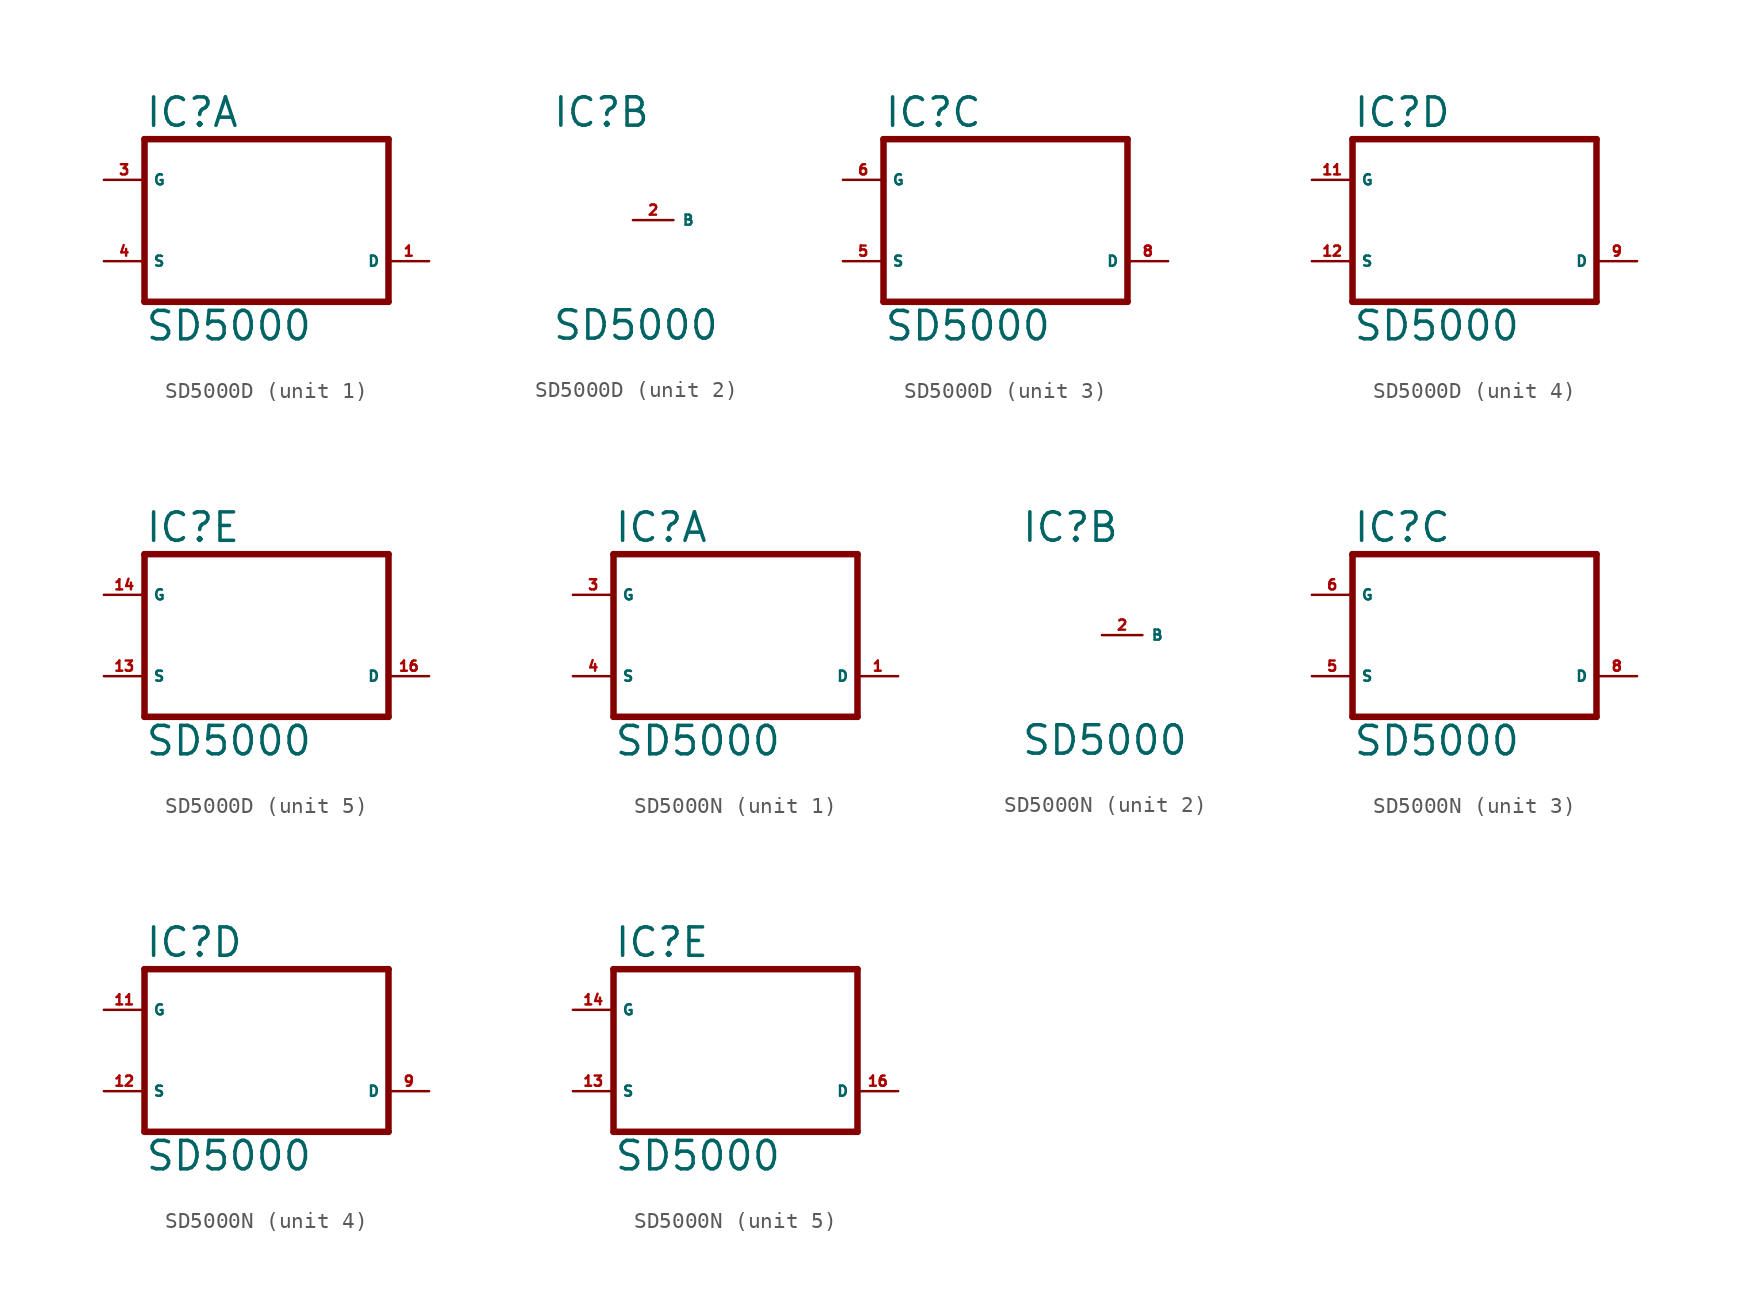
<source format=kicad_sym>
(kicad_symbol_lib
  (version 20220914)
  (generator Eagle2Kicad)
  (symbol "SD5000D"
    (property "Reference" "IC"
      (at -7.62 5.715 0)
      (effects (font (size 1.778 1.778) (thickness 0.22)) (justify left bottom)))
    (property "Value" "SD5000"
      (at -7.62 -7.62 0)
      (effects (font (size 1.778 1.778) (thickness 0.22)) (justify left bottom)))
    (symbol "SD5000D_1_0"
      (polyline (pts (xy 7.62 5.08) (xy -7.62 5.08)) (stroke (width 0.406) (type default)) (fill (type none)))
      (polyline (pts (xy -7.62 5.08) (xy -7.62 -5.08)) (stroke (width 0.406) (type default)) (fill (type none)))
      (polyline (pts (xy -7.62 -5.08) (xy 7.62 -5.08)) (stroke (width 0.406) (type default)) (fill (type none)))
      (polyline (pts (xy 7.62 -5.08) (xy 7.62 5.08)) (stroke (width 0.406) (type default)) (fill (type none)))
      (pin input line (at -10.16 -2.54 0) (length 2.54) (name "S" (effects (font (size 0.635 0.635) (thickness 0.08)) (justify left bottom))) (number "4" (effects (font (size 0.635 0.635) (thickness 0.08)) (justify left bottom))))
      (pin output line (at 10.16 -2.54 180) (length 2.54) (name "D" (effects (font (size 0.635 0.635) (thickness 0.08)) (justify left bottom))) (number "1" (effects (font (size 0.635 0.635) (thickness 0.08)) (justify left bottom))))
      (pin input line (at -10.16 2.54 0) (length 2.54) (name "G" (effects (font (size 0.635 0.635) (thickness 0.08)) (justify left bottom))) (number "3" (effects (font (size 0.635 0.635) (thickness 0.08)) (justify left bottom)))))
    (symbol "SD5000D_2_0"
      (pin unspecified line (at -2.54 0 0) (length 2.54) (name "B" (effects (font (size 0.635 0.635) (thickness 0.08)) (justify left bottom))) (number "2" (effects (font (size 0.635 0.635) (thickness 0.08)) (justify left bottom)))))
    (symbol "SD5000D_3_0"
      (polyline (pts (xy 7.62 5.08) (xy -7.62 5.08)) (stroke (width 0.406) (type default)) (fill (type none)))
      (polyline (pts (xy -7.62 5.08) (xy -7.62 -5.08)) (stroke (width 0.406) (type default)) (fill (type none)))
      (polyline (pts (xy -7.62 -5.08) (xy 7.62 -5.08)) (stroke (width 0.406) (type default)) (fill (type none)))
      (polyline (pts (xy 7.62 -5.08) (xy 7.62 5.08)) (stroke (width 0.406) (type default)) (fill (type none)))
      (pin input line (at -10.16 -2.54 0) (length 2.54) (name "S" (effects (font (size 0.635 0.635) (thickness 0.08)) (justify left bottom))) (number "5" (effects (font (size 0.635 0.635) (thickness 0.08)) (justify left bottom))))
      (pin output line (at 10.16 -2.54 180) (length 2.54) (name "D" (effects (font (size 0.635 0.635) (thickness 0.08)) (justify left bottom))) (number "8" (effects (font (size 0.635 0.635) (thickness 0.08)) (justify left bottom))))
      (pin input line (at -10.16 2.54 0) (length 2.54) (name "G" (effects (font (size 0.635 0.635) (thickness 0.08)) (justify left bottom))) (number "6" (effects (font (size 0.635 0.635) (thickness 0.08)) (justify left bottom)))))
    (symbol "SD5000D_4_0"
      (polyline (pts (xy 7.62 5.08) (xy -7.62 5.08)) (stroke (width 0.406) (type default)) (fill (type none)))
      (polyline (pts (xy -7.62 5.08) (xy -7.62 -5.08)) (stroke (width 0.406) (type default)) (fill (type none)))
      (polyline (pts (xy -7.62 -5.08) (xy 7.62 -5.08)) (stroke (width 0.406) (type default)) (fill (type none)))
      (polyline (pts (xy 7.62 -5.08) (xy 7.62 5.08)) (stroke (width 0.406) (type default)) (fill (type none)))
      (pin input line (at -10.16 -2.54 0) (length 2.54) (name "S" (effects (font (size 0.635 0.635) (thickness 0.08)) (justify left bottom))) (number "12" (effects (font (size 0.635 0.635) (thickness 0.08)) (justify left bottom))))
      (pin output line (at 10.16 -2.54 180) (length 2.54) (name "D" (effects (font (size 0.635 0.635) (thickness 0.08)) (justify left bottom))) (number "9" (effects (font (size 0.635 0.635) (thickness 0.08)) (justify left bottom))))
      (pin input line (at -10.16 2.54 0) (length 2.54) (name "G" (effects (font (size 0.635 0.635) (thickness 0.08)) (justify left bottom))) (number "11" (effects (font (size 0.635 0.635) (thickness 0.08)) (justify left bottom)))))
    (symbol "SD5000D_5_0"
      (polyline (pts (xy 7.62 5.08) (xy -7.62 5.08)) (stroke (width 0.406) (type default)) (fill (type none)))
      (polyline (pts (xy -7.62 5.08) (xy -7.62 -5.08)) (stroke (width 0.406) (type default)) (fill (type none)))
      (polyline (pts (xy -7.62 -5.08) (xy 7.62 -5.08)) (stroke (width 0.406) (type default)) (fill (type none)))
      (polyline (pts (xy 7.62 -5.08) (xy 7.62 5.08)) (stroke (width 0.406) (type default)) (fill (type none)))
      (pin input line (at -10.16 -2.54 0) (length 2.54) (name "S" (effects (font (size 0.635 0.635) (thickness 0.08)) (justify left bottom))) (number "13" (effects (font (size 0.635 0.635) (thickness 0.08)) (justify left bottom))))
      (pin output line (at 10.16 -2.54 180) (length 2.54) (name "D" (effects (font (size 0.635 0.635) (thickness 0.08)) (justify left bottom))) (number "16" (effects (font (size 0.635 0.635) (thickness 0.08)) (justify left bottom))))
      (pin input line (at -10.16 2.54 0) (length 2.54) (name "G" (effects (font (size 0.635 0.635) (thickness 0.08)) (justify left bottom))) (number "14" (effects (font (size 0.635 0.635) (thickness 0.08)) (justify left bottom))))))
  (symbol "SD5000N"
    (property "Reference" "IC"
      (at -7.62 5.715 0)
      (effects (font (size 1.778 1.778) (thickness 0.22)) (justify left bottom)))
    (property "Value" "SD5000"
      (at -7.62 -7.62 0)
      (effects (font (size 1.778 1.778) (thickness 0.22)) (justify left bottom)))
    (symbol "SD5000N_1_0"
      (polyline (pts (xy 7.62 5.08) (xy -7.62 5.08)) (stroke (width 0.406) (type default)) (fill (type none)))
      (polyline (pts (xy -7.62 5.08) (xy -7.62 -5.08)) (stroke (width 0.406) (type default)) (fill (type none)))
      (polyline (pts (xy -7.62 -5.08) (xy 7.62 -5.08)) (stroke (width 0.406) (type default)) (fill (type none)))
      (polyline (pts (xy 7.62 -5.08) (xy 7.62 5.08)) (stroke (width 0.406) (type default)) (fill (type none)))
      (pin input line (at -10.16 -2.54 0) (length 2.54) (name "S" (effects (font (size 0.635 0.635) (thickness 0.08)) (justify left bottom))) (number "4" (effects (font (size 0.635 0.635) (thickness 0.08)) (justify left bottom))))
      (pin output line (at 10.16 -2.54 180) (length 2.54) (name "D" (effects (font (size 0.635 0.635) (thickness 0.08)) (justify left bottom))) (number "1" (effects (font (size 0.635 0.635) (thickness 0.08)) (justify left bottom))))
      (pin input line (at -10.16 2.54 0) (length 2.54) (name "G" (effects (font (size 0.635 0.635) (thickness 0.08)) (justify left bottom))) (number "3" (effects (font (size 0.635 0.635) (thickness 0.08)) (justify left bottom)))))
    (symbol "SD5000N_2_0"
      (pin unspecified line (at -2.54 0 0) (length 2.54) (name "B" (effects (font (size 0.635 0.635) (thickness 0.08)) (justify left bottom))) (number "2" (effects (font (size 0.635 0.635) (thickness 0.08)) (justify left bottom)))))
    (symbol "SD5000N_3_0"
      (polyline (pts (xy 7.62 5.08) (xy -7.62 5.08)) (stroke (width 0.406) (type default)) (fill (type none)))
      (polyline (pts (xy -7.62 5.08) (xy -7.62 -5.08)) (stroke (width 0.406) (type default)) (fill (type none)))
      (polyline (pts (xy -7.62 -5.08) (xy 7.62 -5.08)) (stroke (width 0.406) (type default)) (fill (type none)))
      (polyline (pts (xy 7.62 -5.08) (xy 7.62 5.08)) (stroke (width 0.406) (type default)) (fill (type none)))
      (pin input line (at -10.16 -2.54 0) (length 2.54) (name "S" (effects (font (size 0.635 0.635) (thickness 0.08)) (justify left bottom))) (number "5" (effects (font (size 0.635 0.635) (thickness 0.08)) (justify left bottom))))
      (pin output line (at 10.16 -2.54 180) (length 2.54) (name "D" (effects (font (size 0.635 0.635) (thickness 0.08)) (justify left bottom))) (number "8" (effects (font (size 0.635 0.635) (thickness 0.08)) (justify left bottom))))
      (pin input line (at -10.16 2.54 0) (length 2.54) (name "G" (effects (font (size 0.635 0.635) (thickness 0.08)) (justify left bottom))) (number "6" (effects (font (size 0.635 0.635) (thickness 0.08)) (justify left bottom)))))
    (symbol "SD5000N_4_0"
      (polyline (pts (xy 7.62 5.08) (xy -7.62 5.08)) (stroke (width 0.406) (type default)) (fill (type none)))
      (polyline (pts (xy -7.62 5.08) (xy -7.62 -5.08)) (stroke (width 0.406) (type default)) (fill (type none)))
      (polyline (pts (xy -7.62 -5.08) (xy 7.62 -5.08)) (stroke (width 0.406) (type default)) (fill (type none)))
      (polyline (pts (xy 7.62 -5.08) (xy 7.62 5.08)) (stroke (width 0.406) (type default)) (fill (type none)))
      (pin input line (at -10.16 -2.54 0) (length 2.54) (name "S" (effects (font (size 0.635 0.635) (thickness 0.08)) (justify left bottom))) (number "12" (effects (font (size 0.635 0.635) (thickness 0.08)) (justify left bottom))))
      (pin output line (at 10.16 -2.54 180) (length 2.54) (name "D" (effects (font (size 0.635 0.635) (thickness 0.08)) (justify left bottom))) (number "9" (effects (font (size 0.635 0.635) (thickness 0.08)) (justify left bottom))))
      (pin input line (at -10.16 2.54 0) (length 2.54) (name "G" (effects (font (size 0.635 0.635) (thickness 0.08)) (justify left bottom))) (number "11" (effects (font (size 0.635 0.635) (thickness 0.08)) (justify left bottom)))))
    (symbol "SD5000N_5_0"
      (polyline (pts (xy 7.62 5.08) (xy -7.62 5.08)) (stroke (width 0.406) (type default)) (fill (type none)))
      (polyline (pts (xy -7.62 5.08) (xy -7.62 -5.08)) (stroke (width 0.406) (type default)) (fill (type none)))
      (polyline (pts (xy -7.62 -5.08) (xy 7.62 -5.08)) (stroke (width 0.406) (type default)) (fill (type none)))
      (polyline (pts (xy 7.62 -5.08) (xy 7.62 5.08)) (stroke (width 0.406) (type default)) (fill (type none)))
      (pin input line (at -10.16 -2.54 0) (length 2.54) (name "S" (effects (font (size 0.635 0.635) (thickness 0.08)) (justify left bottom))) (number "13" (effects (font (size 0.635 0.635) (thickness 0.08)) (justify left bottom))))
      (pin output line (at 10.16 -2.54 180) (length 2.54) (name "D" (effects (font (size 0.635 0.635) (thickness 0.08)) (justify left bottom))) (number "16" (effects (font (size 0.635 0.635) (thickness 0.08)) (justify left bottom))))
      (pin input line (at -10.16 2.54 0) (length 2.54) (name "G" (effects (font (size 0.635 0.635) (thickness 0.08)) (justify left bottom))) (number "14" (effects (font (size 0.635 0.635) (thickness 0.08)) (justify left bottom)))))))
</source>
